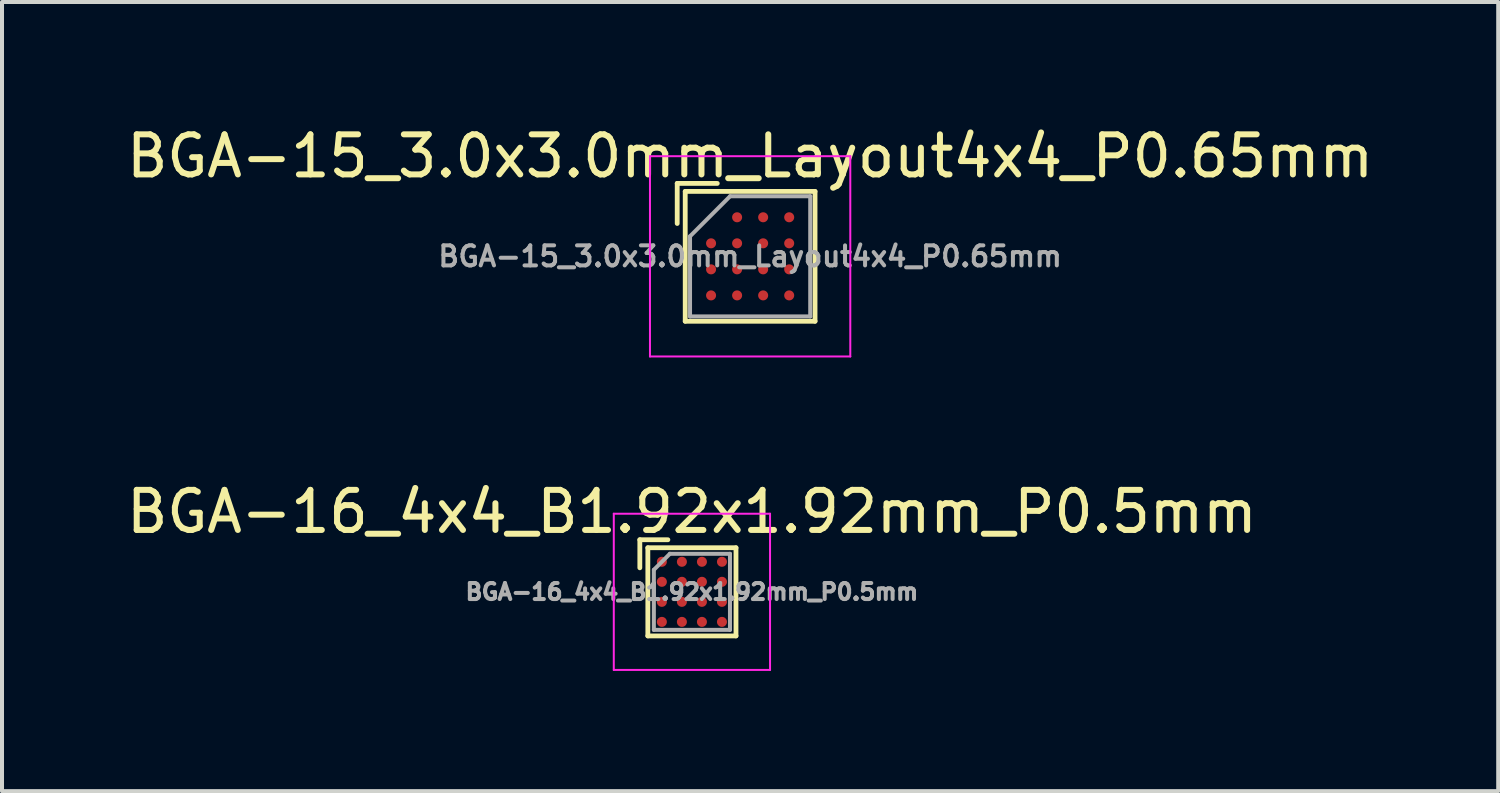
<source format=kicad_pcb>
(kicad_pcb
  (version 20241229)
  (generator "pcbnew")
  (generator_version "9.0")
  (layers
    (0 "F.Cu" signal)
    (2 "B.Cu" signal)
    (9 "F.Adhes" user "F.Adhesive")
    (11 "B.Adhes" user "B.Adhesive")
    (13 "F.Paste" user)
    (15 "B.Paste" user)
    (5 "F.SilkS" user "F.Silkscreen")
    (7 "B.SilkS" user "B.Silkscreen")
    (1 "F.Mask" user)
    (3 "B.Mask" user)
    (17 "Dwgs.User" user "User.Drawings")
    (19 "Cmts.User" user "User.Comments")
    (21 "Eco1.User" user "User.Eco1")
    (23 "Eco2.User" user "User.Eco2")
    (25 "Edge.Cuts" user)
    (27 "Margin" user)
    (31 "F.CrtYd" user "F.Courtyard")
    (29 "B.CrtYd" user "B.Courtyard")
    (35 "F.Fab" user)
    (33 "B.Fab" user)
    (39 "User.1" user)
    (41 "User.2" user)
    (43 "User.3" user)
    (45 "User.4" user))
  (footprint "BGA-16_4x4_B1.92x1.92mm_P0.5mm"
    (layer "F.Cu")
    (at 14.22 11.722)
    (property "Reference" "BGA-16_4x4_B1.92x1.92mm_P0.5mm" (at 0 -2 0) (layer "F.SilkS") (effects (font (size 1 1) (thickness 0.15))))
    (attr smd)
    (fp_line (start -1.3 -1.3) (end -1.3 -0.6) (stroke (width 0.12) (type solid)) (layer "F.SilkS"))
    (fp_line (start -1.1 -1.1) (end 1.1 -1.1) (stroke (width 0.12) (type solid)) (layer "F.SilkS"))
    (fp_line (start -1.1 1.1) (end -1.1 -1.1) (stroke (width 0.12) (type solid)) (layer "F.SilkS"))
    (fp_line (start -0.6 -1.3) (end -1.3 -1.3) (stroke (width 0.12) (type solid)) (layer "F.SilkS"))
    (fp_line (start 1.1 -1.1) (end 1.1 1.1) (stroke (width 0.12) (type solid)) (layer "F.SilkS"))
    (fp_line (start 1.1 1.1) (end -1.1 1.1) (stroke (width 0.12) (type solid)) (layer "F.SilkS"))
    (fp_line (start -1.95 -1.95) (end -1.95 1.95) (stroke (width 0.05) (type solid)) (layer "F.CrtYd"))
    (fp_line (start -1.95 -1.95) (end 1.95 -1.95) (stroke (width 0.05) (type solid)) (layer "F.CrtYd"))
    (fp_line (start 1.95 1.95) (end -1.95 1.95) (stroke (width 0.05) (type solid)) (layer "F.CrtYd"))
    (fp_line (start 1.95 1.95) (end 1.95 -1.95) (stroke (width 0.05) (type solid)) (layer "F.CrtYd"))
    (fp_line (start -0.95 -0.55) (end -0.55 -0.95) (stroke (width 0.1) (type solid)) (layer "F.Fab"))
    (fp_line (start -0.95 0.95) (end -0.95 -0.55) (stroke (width 0.1) (type solid)) (layer "F.Fab"))
    (fp_line (start -0.55 -0.95) (end 0.95 -0.95) (stroke (width 0.1) (type solid)) (layer "F.Fab"))
    (fp_line (start 0.95 -0.95) (end 0.95 0.95) (stroke (width 0.1) (type solid)) (layer "F.Fab"))
    (fp_line (start 0.95 0.95) (end -0.95 0.95) (stroke (width 0.1) (type solid)) (layer "F.Fab"))
    (fp_text user "${REFERENCE}" (at 0 0 0) (layer "F.Fab") (effects (font (size 0.4 0.4) (thickness 0.1))))
    (pad "A1" smd circle (at -0.75 -0.75) (size 0.25 0.25) (layers "F.Cu" "F.Mask" "F.Paste"))
    (pad "A2" smd circle (at -0.25 -0.75) (size 0.25 0.25) (layers "F.Cu" "F.Mask" "F.Paste"))
    (pad "A3" smd circle (at 0.25 -0.75) (size 0.25 0.25) (layers "F.Cu" "F.Mask" "F.Paste"))
    (pad "A4" smd circle (at 0.75 -0.75) (size 0.25 0.25) (layers "F.Cu" "F.Mask" "F.Paste"))
    (pad "B1" smd circle (at -0.75 -0.25) (size 0.25 0.25) (layers "F.Cu" "F.Mask" "F.Paste"))
    (pad "B2" smd circle (at -0.25 -0.25) (size 0.25 0.25) (layers "F.Cu" "F.Mask" "F.Paste"))
    (pad "B3" smd circle (at 0.25 -0.25) (size 0.25 0.25) (layers "F.Cu" "F.Mask" "F.Paste"))
    (pad "B4" smd circle (at 0.75 -0.25) (size 0.25 0.25) (layers "F.Cu" "F.Mask" "F.Paste"))
    (pad "C1" smd circle (at -0.75 0.25) (size 0.25 0.25) (layers "F.Cu" "F.Mask" "F.Paste"))
    (pad "C2" smd circle (at -0.25 0.25) (size 0.25 0.25) (layers "F.Cu" "F.Mask" "F.Paste"))
    (pad "C3" smd circle (at 0.25 0.25) (size 0.25 0.25) (layers "F.Cu" "F.Mask" "F.Paste"))
    (pad "C4" smd circle (at 0.75 0.25) (size 0.25 0.25) (layers "F.Cu" "F.Mask" "F.Paste"))
    (pad "D1" smd circle (at -0.75 0.75) (size 0.25 0.25) (layers "F.Cu" "F.Mask" "F.Paste"))
    (pad "D2" smd circle (at -0.25 0.75) (size 0.25 0.25) (layers "F.Cu" "F.Mask" "F.Paste"))
    (pad "D3" smd circle (at 0.25 0.75) (size 0.25 0.25) (layers "F.Cu" "F.Mask" "F.Paste"))
    (pad "D4" smd circle (at 0.75 0.75) (size 0.25 0.25) (layers "F.Cu" "F.Mask" "F.Paste")))
  (footprint "BGA-15_3.0x3.0mm_Layout4x4_P0.65mm"
    (layer "F.Cu")
    (at 15.673 3.348)
    (property "Reference" "BGA-15_3.0x3.0mm_Layout4x4_P0.65mm" (at 0 -2.5 0) (layer "F.SilkS") (effects (font (size 1 1) (thickness 0.15))))
    (attr smd)
    (fp_line (start -1.82 -1.82) (end -1.82 -0.82) (stroke (width 0.12) (type solid)) (layer "F.SilkS"))
    (fp_line (start -1.62 -1.62) (end 1.62 -1.62) (stroke (width 0.12) (type solid)) (layer "F.SilkS"))
    (fp_line (start -1.62 1.62) (end -1.62 -1.62) (stroke (width 0.12) (type solid)) (layer "F.SilkS"))
    (fp_line (start -0.82 -1.82) (end -1.82 -1.82) (stroke (width 0.12) (type solid)) (layer "F.SilkS"))
    (fp_line (start 1.62 -1.62) (end 1.62 1.62) (stroke (width 0.12) (type solid)) (layer "F.SilkS"))
    (fp_line (start 1.62 1.62) (end -1.62 1.62) (stroke (width 0.12) (type solid)) (layer "F.SilkS"))
    (fp_line (start -2.5 -2.5) (end -2.5 2.5) (stroke (width 0.05) (type solid)) (layer "F.CrtYd"))
    (fp_line (start -2.5 -2.5) (end 2.5 -2.5) (stroke (width 0.05) (type solid)) (layer "F.CrtYd"))
    (fp_line (start 2.5 2.5) (end -2.5 2.5) (stroke (width 0.05) (type solid)) (layer "F.CrtYd"))
    (fp_line (start 2.5 2.5) (end 2.5 -2.5) (stroke (width 0.05) (type solid)) (layer "F.CrtYd"))
    (fp_line (start -1.5 -0.5) (end -0.5 -1.5) (stroke (width 0.1) (type solid)) (layer "F.Fab"))
    (fp_line (start -1.5 1.5) (end -1.5 -0.5) (stroke (width 0.1) (type solid)) (layer "F.Fab"))
    (fp_line (start -0.5 -1.5) (end 1.5 -1.5) (stroke (width 0.1) (type solid)) (layer "F.Fab"))
    (fp_line (start 1.5 -1.5) (end 1.5 1.5) (stroke (width 0.1) (type solid)) (layer "F.Fab"))
    (fp_line (start 1.5 1.5) (end -1.5 1.5) (stroke (width 0.1) (type solid)) (layer "F.Fab"))
    (fp_text user "${REFERENCE}" (at 0 0 0) (layer "F.Fab") (effects (font (size 0.5 0.5) (thickness 0.1))))
    (pad "A2" smd circle (at -0.325 -0.975) (size 0.25 0.25) (layers "F.Cu" "F.Mask" "F.Paste"))
    (pad "A3" smd circle (at 0.325 -0.975) (size 0.25 0.25) (layers "F.Cu" "F.Mask" "F.Paste"))
    (pad "A4" smd circle (at 0.975 -0.975) (size 0.25 0.25) (layers "F.Cu" "F.Mask" "F.Paste"))
    (pad "B1" smd circle (at -0.975 -0.325) (size 0.25 0.25) (layers "F.Cu" "F.Mask" "F.Paste"))
    (pad "B2" smd circle (at -0.325 -0.325) (size 0.25 0.25) (layers "F.Cu" "F.Mask" "F.Paste"))
    (pad "B3" smd circle (at 0.325 -0.325) (size 0.25 0.25) (layers "F.Cu" "F.Mask" "F.Paste"))
    (pad "B4" smd circle (at 0.975 -0.325) (size 0.25 0.25) (layers "F.Cu" "F.Mask" "F.Paste"))
    (pad "C1" smd circle (at -0.975 0.325) (size 0.25 0.25) (layers "F.Cu" "F.Mask" "F.Paste"))
    (pad "C2" smd circle (at -0.325 0.325) (size 0.25 0.25) (layers "F.Cu" "F.Mask" "F.Paste"))
    (pad "C3" smd circle (at 0.325 0.325) (size 0.25 0.25) (layers "F.Cu" "F.Mask" "F.Paste"))
    (pad "C4" smd circle (at 0.975 0.325) (size 0.25 0.25) (layers "F.Cu" "F.Mask" "F.Paste"))
    (pad "D1" smd circle (at -0.975 0.975) (size 0.25 0.25) (layers "F.Cu" "F.Mask" "F.Paste"))
    (pad "D2" smd circle (at -0.325 0.975) (size 0.25 0.25) (layers "F.Cu" "F.Mask" "F.Paste"))
    (pad "D3" smd circle (at 0.325 0.975) (size 0.25 0.25) (layers "F.Cu" "F.Mask" "F.Paste"))
    (pad "D4" smd circle (at 0.975 0.975) (size 0.25 0.25) (layers "F.Cu" "F.Mask" "F.Paste")))
  (gr_rect
    (start -3 -3)
    (end 34.345 16.697)
    (stroke (width 0.1) (type default))
    (fill no)
    (layer "Edge.Cuts")))
</source>
